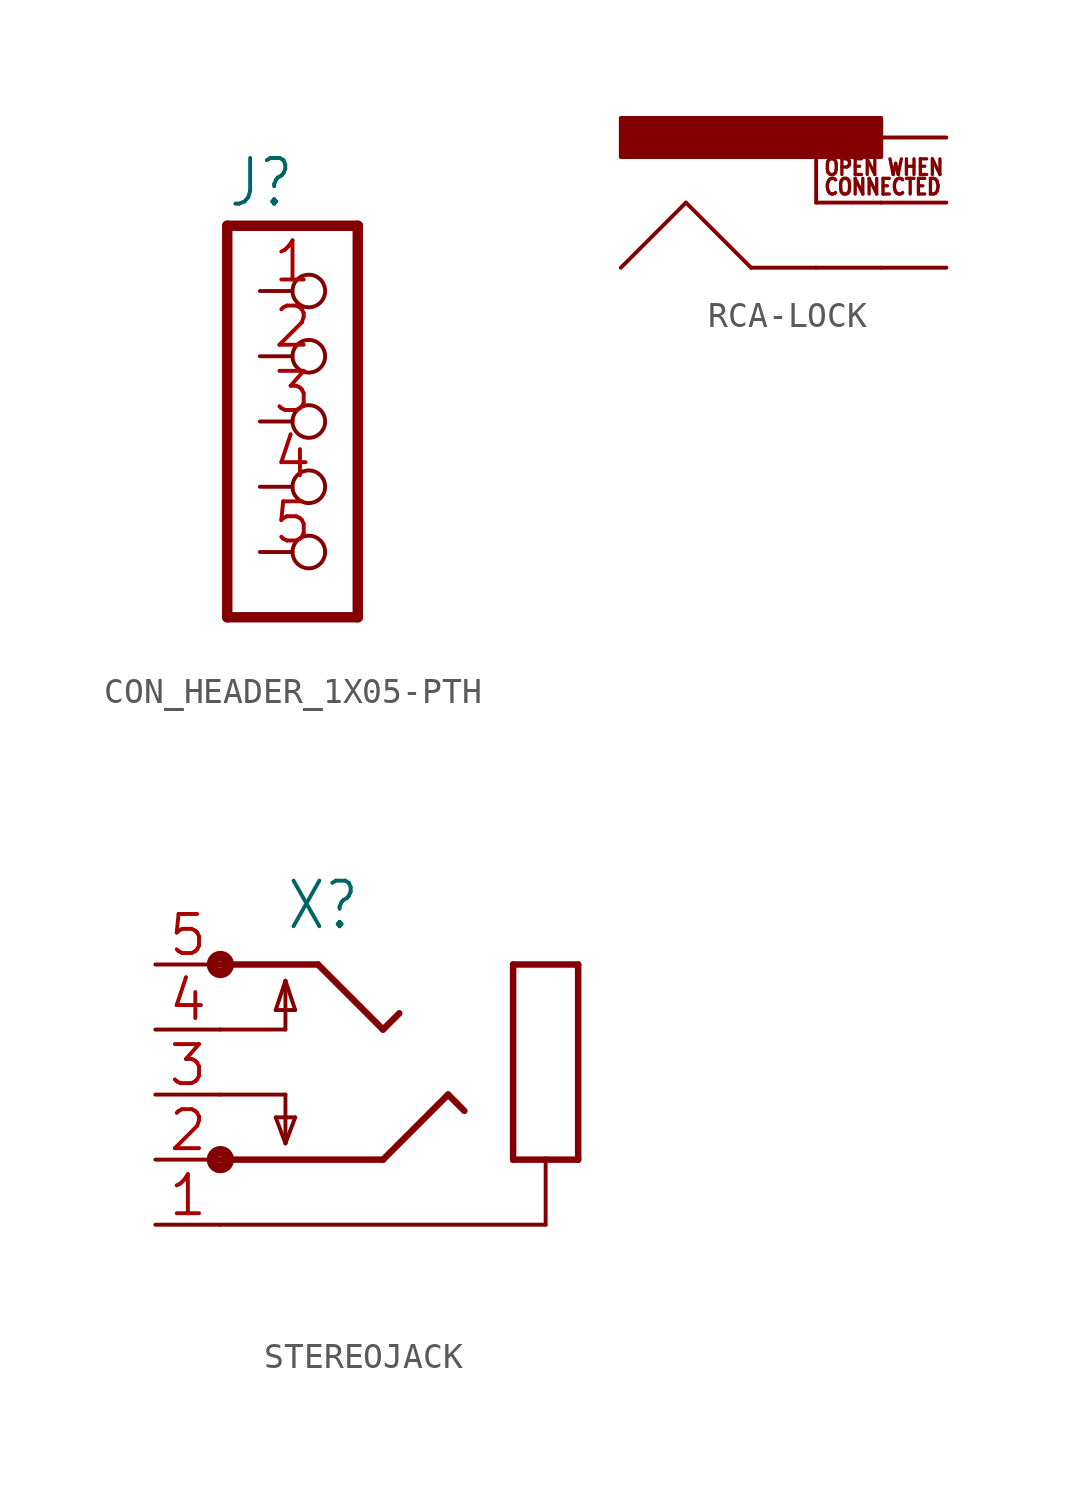
<source format=kicad_sym>
(kicad_symbol_lib
  (version 20241209)
  (generator "kicad_symbol_editor")
  (generator_version "9.0")
  (symbol "CON_HEADER_1X05-PTH"
    (property "Reference" "J"
      (at -1.27 8.255 0)
      (effects (font (size 1.778 1.511)) (justify left bottom)))
    (property "ki_locked" ""
      (at 0 0 0)
      (effects (font (size 1.27 1.27))))
    (symbol "CON_HEADER_1X05-PTH_1_0"
      (polyline (pts (xy -1.27 7.62) (xy 3.81 7.62)) (stroke (width 0.406) (type solid)) (fill (type none)))
      (polyline (pts (xy -1.27 -7.62) (xy -1.27 7.62)) (stroke (width 0.406) (type solid)) (fill (type none)))
      (polyline (pts (xy 3.81 7.62) (xy 3.81 -7.62)) (stroke (width 0.406) (type solid)) (fill (type none)))
      (polyline (pts (xy 3.81 -7.62) (xy -1.27 -7.62)) (stroke (width 0.406) (type solid)) (fill (type none)))
      (pin bidirectional inverted (at 0 5.08 0) (length 2.54) (name "1" (effects (font (size 0 0)))) (number "1" (effects (font (size 1.524 1.524)))))
      (pin bidirectional inverted (at 0 2.54 0) (length 2.54) (name "2" (effects (font (size 0 0)))) (number "2" (effects (font (size 1.524 1.524)))))
      (pin bidirectional inverted (at 0 0 0) (length 2.54) (name "3" (effects (font (size 0 0)))) (number "3" (effects (font (size 1.524 1.524)))))
      (pin bidirectional inverted (at 0 -2.54 0) (length 2.54) (name "4" (effects (font (size 0 0)))) (number "4" (effects (font (size 1.524 1.524)))))
      (pin bidirectional inverted (at 0 -5.08 0) (length 2.54) (name "5" (effects (font (size 0 0)))) (number "5" (effects (font (size 1.524 1.524)))))))
  (symbol "RCA-LOCK"
    (property "Reference" "JP"
      (at -12.7 -5.08 0)
      (effects (font (size 1.778 1.511)) (justify left bottom) (hide yes)))
    (property "ki_locked" ""
      (at 0 0 0)
      (effects (font (size 1.27 1.27))))
    (symbol "RCA-LOCK_1_0"
      (rectangle (start -12.7 1.778) (end -2.54 3.302) (stroke (width 0) (type default)) (fill (type outline)))
      (polyline (pts (xy -12.7 -2.54) (xy -10.16 0)) (stroke (width 0.152) (type solid)) (fill (type none)))
      (polyline (pts (xy -10.16 0) (xy -7.62 -2.54)) (stroke (width 0.152) (type solid)) (fill (type none)))
      (polyline (pts (xy -7.62 -2.54) (xy -5.08 -2.54)) (stroke (width 0.152) (type solid)) (fill (type none)))
      (polyline (pts (xy -5.08 0) (xy -5.08 2.54)) (stroke (width 0.152) (type solid)) (fill (type none)))
      (polyline (pts (xy -5.08 0) (xy -2.54 0)) (stroke (width 0.152) (type solid)) (fill (type none)))
      (polyline (pts (xy -5.08 -2.54) (xy -2.54 -2.54)) (stroke (width 0.152) (type solid)) (fill (type none)))
      (text "OPEN WHEN" (at -4.826 1.016 0) (effects (font (size 0.61 0.518)) (justify left bottom)))
      (text "CONNECTED" (at -4.826 0.254 0) (effects (font (size 0.61 0.518)) (justify left bottom)))
      (pin bidirectional line (at 0 2.54 180) (length 2.54) (name "PIN" (effects (font (size 0 0)))) (number "PIN" (effects (font (size 0 0)))))
      (pin bidirectional line (at 0 0 180) (length 2.54) (name "SWITCH" (effects (font (size 0 0)))) (number "SWITCH" (effects (font (size 0 0)))))
      (pin bidirectional line (at 0 -2.54 180) (length 2.54) (name "SHELL" (effects (font (size 0 0)))) (number "SHELL" (effects (font (size 0 0)))))))
  (symbol "STEREOJACK"
    (property "Reference" "X"
      (at -7.62 3.81 0)
      (effects (font (size 1.778 1.511)) (justify left bottom)))
    (property "Value" ""
      (at -7.62 -10.16 0)
      (effects (font (size 1.778 1.511)) (justify left bottom)))
    (property "ki_locked" ""
      (at 0 0 0)
      (effects (font (size 1.27 1.27))))
    (symbol "STEREOJACK_1_0"
      (circle (center -10.16 2.54) (radius 0.127) (stroke (width 0.406) (type solid)) (fill (type none)))
      (polyline (pts (xy -10.16 2.54) (xy -6.35 2.54)) (stroke (width 0.254) (type solid)) (fill (type none)))
      (polyline (pts (xy -10.16 0) (xy -7.62 0)) (stroke (width 0.152) (type solid)) (fill (type none)))
      (polyline (pts (xy -10.16 -2.54) (xy -7.62 -2.54)) (stroke (width 0.152) (type solid)) (fill (type none)))
      (circle (center -10.16 -5.08) (radius 0.127) (stroke (width 0.406) (type solid)) (fill (type none)))
      (polyline (pts (xy -10.16 -5.08) (xy -3.81 -5.08)) (stroke (width 0.254) (type solid)) (fill (type none)))
      (polyline (pts (xy -8.001 0.762) (xy -7.239 0.762)) (stroke (width 0.152) (type solid)) (fill (type none)))
      (polyline (pts (xy -8.001 -3.429) (xy -7.239 -3.429)) (stroke (width 0.152) (type solid)) (fill (type none)))
      (polyline (pts (xy -7.62 1.905) (xy -8.001 0.762)) (stroke (width 0.152) (type solid)) (fill (type none)))
      (polyline (pts (xy -7.62 0) (xy -7.62 1.905)) (stroke (width 0.152) (type solid)) (fill (type none)))
      (polyline (pts (xy -7.62 -2.54) (xy -7.62 -4.445)) (stroke (width 0.152) (type solid)) (fill (type none)))
      (polyline (pts (xy -7.62 -4.445) (xy -8.001 -3.429)) (stroke (width 0.152) (type solid)) (fill (type none)))
      (polyline (pts (xy -7.239 0.762) (xy -7.62 1.905)) (stroke (width 0.152) (type solid)) (fill (type none)))
      (polyline (pts (xy -7.239 -3.429) (xy -7.62 -4.445)) (stroke (width 0.152) (type solid)) (fill (type none)))
      (polyline (pts (xy -6.35 2.54) (xy -3.81 0)) (stroke (width 0.254) (type solid)) (fill (type none)))
      (polyline (pts (xy -3.81 0) (xy -3.175 0.635)) (stroke (width 0.254) (type solid)) (fill (type none)))
      (polyline (pts (xy -1.27 -2.54) (xy -3.81 -5.08)) (stroke (width 0.254) (type solid)) (fill (type none)))
      (polyline (pts (xy -0.635 -3.175) (xy -1.27 -2.54)) (stroke (width 0.254) (type solid)) (fill (type none)))
      (polyline (pts (xy 1.27 2.54) (xy 3.81 2.54)) (stroke (width 0.254) (type solid)) (fill (type none)))
      (polyline (pts (xy 1.27 -5.08) (xy 1.27 2.54)) (stroke (width 0.254) (type solid)) (fill (type none)))
      (polyline (pts (xy 1.27 -5.08) (xy 2.54 -5.08)) (stroke (width 0.254) (type solid)) (fill (type none)))
      (polyline (pts (xy 2.54 -5.08) (xy 2.54 -7.62)) (stroke (width 0.152) (type solid)) (fill (type none)))
      (polyline (pts (xy 2.54 -5.08) (xy 3.81 -5.08)) (stroke (width 0.254) (type solid)) (fill (type none)))
      (polyline (pts (xy 2.54 -7.62) (xy -10.16 -7.62)) (stroke (width 0.152) (type solid)) (fill (type none)))
      (polyline (pts (xy 3.81 -5.08) (xy 3.81 2.54)) (stroke (width 0.254) (type solid)) (fill (type none)))
      (pin passive line (at -12.7 2.54 0) (length 2.54) (name "5" (effects (font (size 0 0)))) (number "5" (effects (font (size 1.524 1.524)))))
      (pin passive line (at -12.7 0 0) (length 2.54) (name "4" (effects (font (size 0 0)))) (number "4" (effects (font (size 1.524 1.524)))))
      (pin passive line (at -12.7 -2.54 0) (length 2.54) (name "3" (effects (font (size 0 0)))) (number "3" (effects (font (size 1.524 1.524)))))
      (pin passive line (at -12.7 -5.08 0) (length 2.54) (name "2" (effects (font (size 0 0)))) (number "2" (effects (font (size 1.524 1.524)))))
      (pin passive line (at -12.7 -7.62 0) (length 2.54) (name "1" (effects (font (size 0 0)))) (number "1" (effects (font (size 1.524 1.524))))))))
</source>
